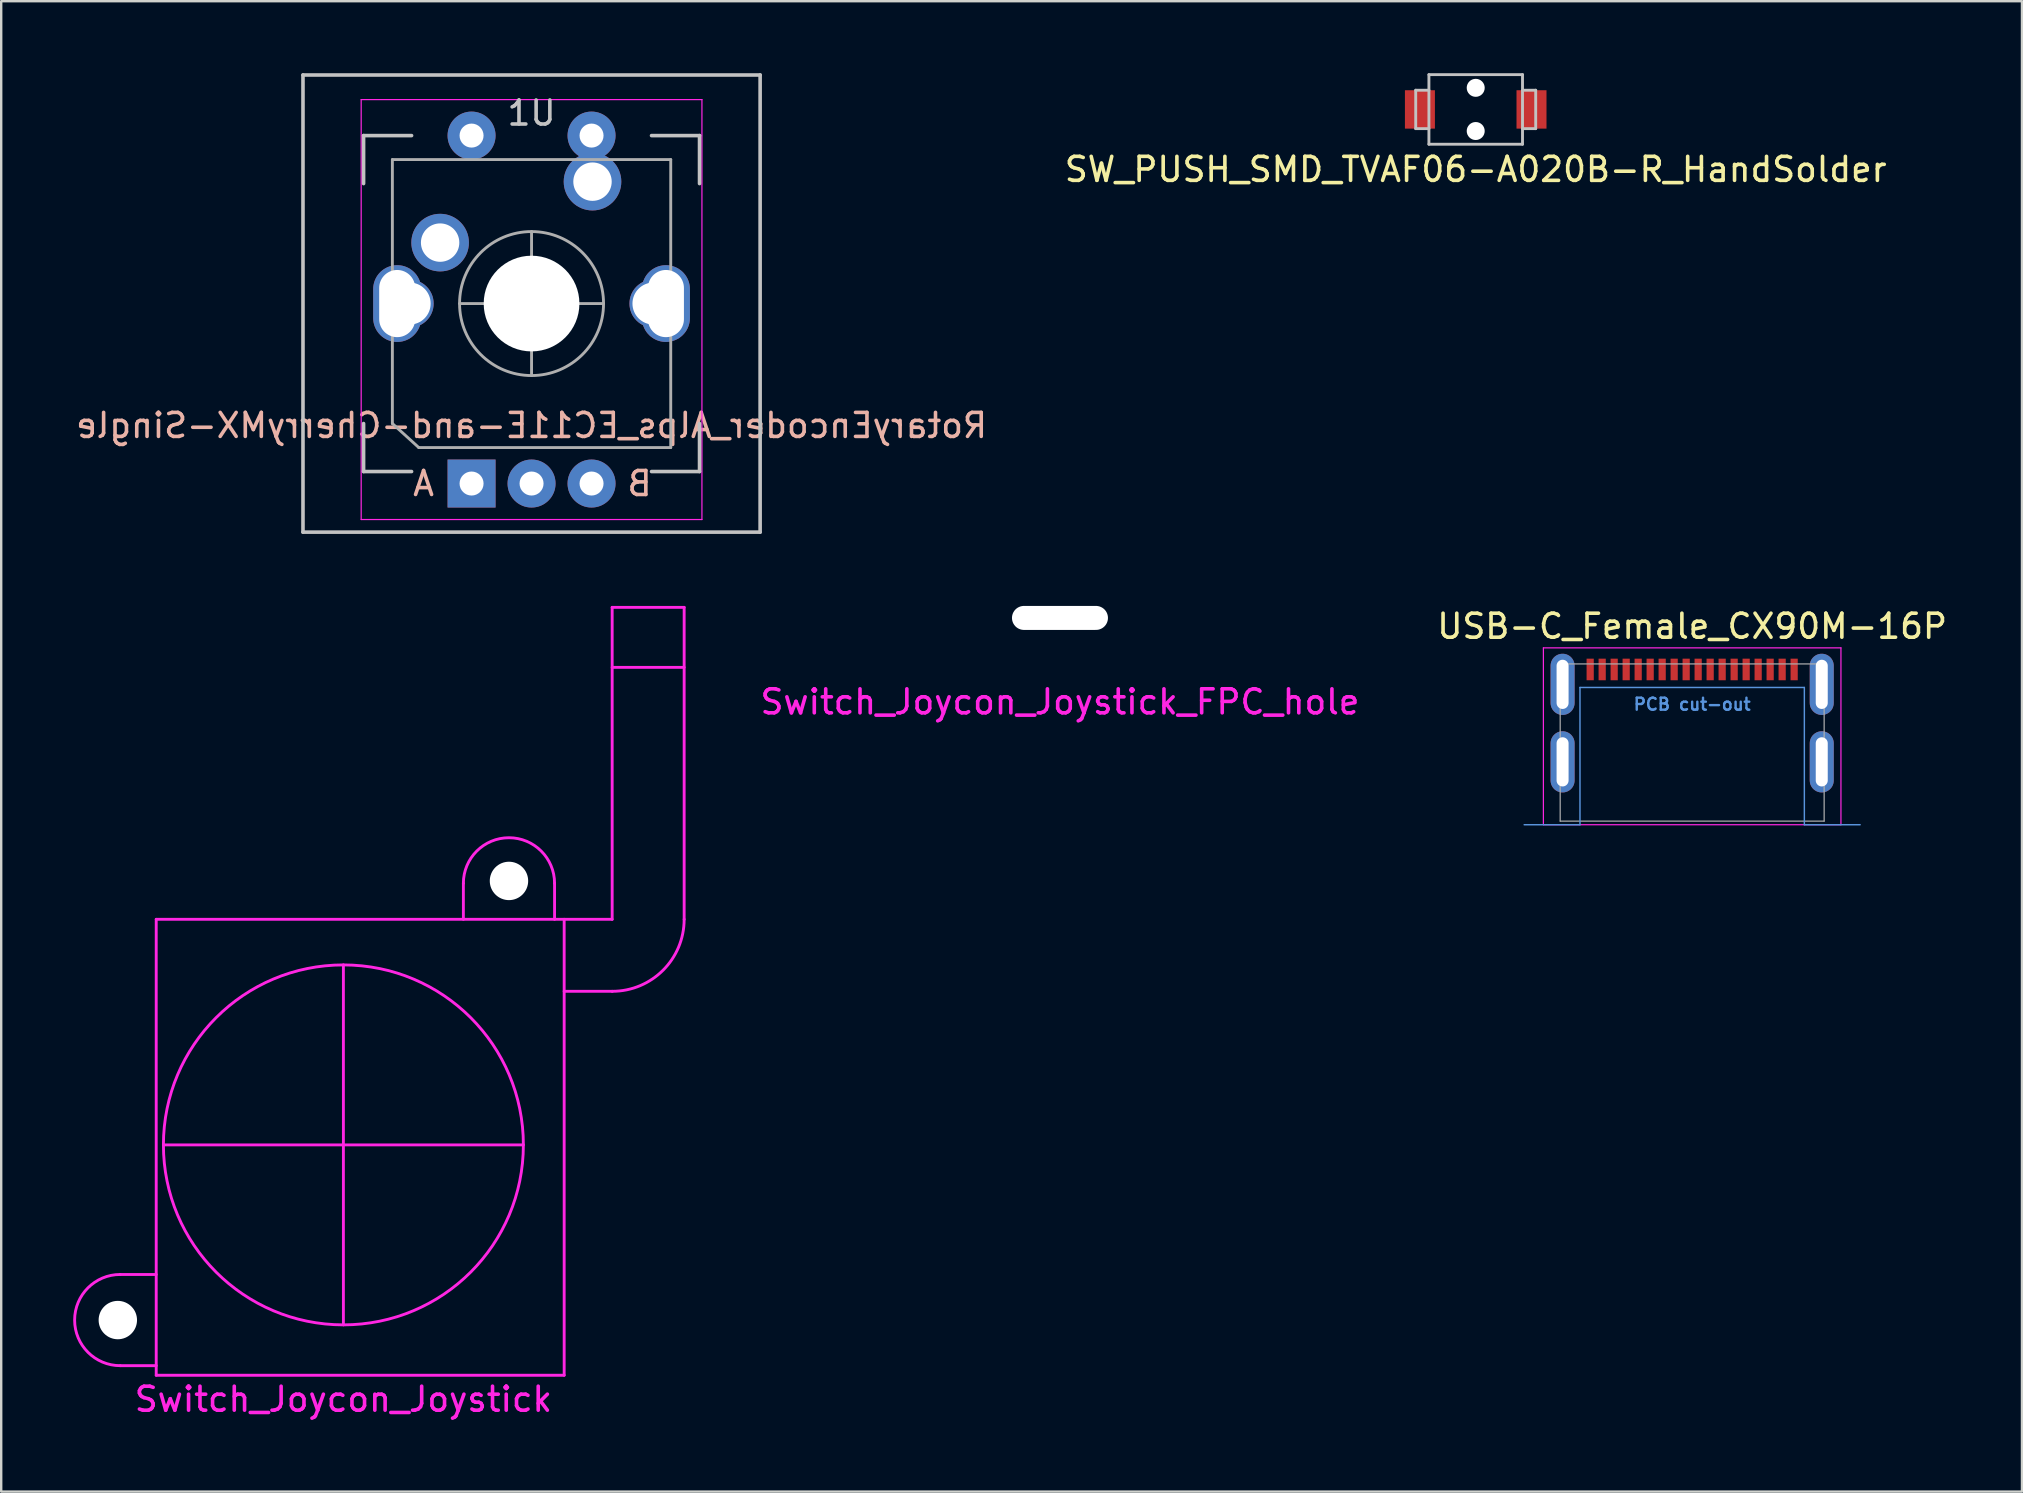
<source format=kicad_pcb>
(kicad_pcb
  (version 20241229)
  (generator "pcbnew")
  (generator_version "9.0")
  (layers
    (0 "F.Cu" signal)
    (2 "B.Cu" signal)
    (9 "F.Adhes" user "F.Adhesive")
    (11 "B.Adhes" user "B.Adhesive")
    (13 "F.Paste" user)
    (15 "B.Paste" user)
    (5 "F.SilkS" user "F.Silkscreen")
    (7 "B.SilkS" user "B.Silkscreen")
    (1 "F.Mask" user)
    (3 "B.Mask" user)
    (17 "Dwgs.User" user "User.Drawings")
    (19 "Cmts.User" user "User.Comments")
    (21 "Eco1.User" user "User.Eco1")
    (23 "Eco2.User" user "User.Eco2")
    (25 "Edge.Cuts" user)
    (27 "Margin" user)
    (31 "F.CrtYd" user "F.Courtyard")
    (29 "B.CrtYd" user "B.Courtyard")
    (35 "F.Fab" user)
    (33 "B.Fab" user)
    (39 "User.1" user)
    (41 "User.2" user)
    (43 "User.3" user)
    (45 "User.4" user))
  (footprint "Switch_Joycon_Joystick_FPC_hole"
    (layer "F.Cu")
    (at 41.121 22.7)
    (property "Reference" "Switch_Joycon_Joystick_FPC_hole" (at 0 3.5 0) (layer "F.CrtYd") (effects (font (size 1 1) (thickness 0.15))))
    (attr through_hole)
    (pad "" np_thru_hole oval (at 0 0) (size 4 1) (drill oval 4 1) (layers "*.Cu" "*.Mask")))
  (footprint "RotaryEncoder_Alps_EC11E-and-CherryMX-Single"
    (layer "F.Cu")
    (at 19.101 9.6)
    (property "Reference" "RotaryEncoder_Alps_EC11E-and-CherryMX-Single" (at 0 5.08 180) (layer "B.SilkS") (effects (font (size 1 1) (thickness 0.15)) (justify mirror)))
    (attr through_hole)
    (fp_line (start -9.525 -9.525) (end 9.525 -9.525) (stroke (width 0.15) (type solid)) (layer "Dwgs.User"))
    (fp_line (start -9.525 9.525) (end -9.525 -9.525) (stroke (width 0.15) (type solid)) (layer "Dwgs.User"))
    (fp_line (start -7 -7) (end -7 -5) (stroke (width 0.15) (type solid)) (layer "Dwgs.User"))
    (fp_line (start -7 5) (end -7 7) (stroke (width 0.15) (type solid)) (layer "Dwgs.User"))
    (fp_line (start -7 7) (end -5 7) (stroke (width 0.15) (type solid)) (layer "Dwgs.User"))
    (fp_line (start -5 -7) (end -7 -7) (stroke (width 0.15) (type solid)) (layer "Dwgs.User"))
    (fp_line (start 5 -7) (end 7 -7) (stroke (width 0.15) (type solid)) (layer "Dwgs.User"))
    (fp_line (start 5 7) (end 7 7) (stroke (width 0.15) (type solid)) (layer "Dwgs.User"))
    (fp_line (start 7 -7) (end 7 -5) (stroke (width 0.15) (type solid)) (layer "Dwgs.User"))
    (fp_line (start 7 7) (end 7 5) (stroke (width 0.15) (type solid)) (layer "Dwgs.User"))
    (fp_line (start 9.525 -9.525) (end 9.525 9.525) (stroke (width 0.15) (type solid)) (layer "Dwgs.User"))
    (fp_line (start 9.525 9.525) (end -9.525 9.525) (stroke (width 0.15) (type solid)) (layer "Dwgs.User"))
    (fp_line (start -7.1 9) (end -7.1 -8.5) (stroke (width 0.05) (type solid)) (layer "F.CrtYd"))
    (fp_line (start -7.1 9) (end 7.1 9) (stroke (width 0.05) (type solid)) (layer "F.CrtYd"))
    (fp_line (start 7.1 -8.5) (end -7.1 -8.5) (stroke (width 0.05) (type solid)) (layer "F.CrtYd"))
    (fp_line (start 7.1 -8.5) (end 7.1 9) (stroke (width 0.05) (type solid)) (layer "F.CrtYd"))
    (fp_line (start -5.8 -6) (end 5.8 -6) (stroke (width 0.12) (type solid)) (layer "F.Fab"))
    (fp_line (start -5.8 5) (end -5.8 -6) (stroke (width 0.12) (type solid)) (layer "F.Fab"))
    (fp_line (start -4.7 6) (end -5.8 5) (stroke (width 0.12) (type solid)) (layer "F.Fab"))
    (fp_line (start -3 0) (end 3 0) (stroke (width 0.12) (type solid)) (layer "F.Fab"))
    (fp_line (start 0 3) (end 0 -3) (stroke (width 0.12) (type solid)) (layer "F.Fab"))
    (fp_line (start 5.8 -6) (end 5.8 6) (stroke (width 0.12) (type solid)) (layer "F.Fab"))
    (fp_line (start 5.8 6) (end -4.7 6) (stroke (width 0.12) (type solid)) (layer "F.Fab"))
    (fp_circle (center 0 0) (end 0 -3) (stroke (width 0.12) (type solid)) (fill no) (layer "F.Fab"))
    (fp_text user "A" (at -4.5 7.5 0) (layer "B.SilkS") (effects (font (size 1 1) (thickness 0.15)) (justify mirror)))
    (fp_text user "B" (at 4.5 7.5 0) (layer "B.SilkS") (effects (font (size 1 1) (thickness 0.15)) (justify mirror)))
    (fp_text user "1U" (at 0 -7.938 0) (layer "Dwgs.User") (effects (font (size 1 1) (thickness 0.15))))
    (pad "" thru_hole oval (at -5.6 0 90) (size 3.2 2) (drill oval 2.8 1.5) (layers "*.Cu" "*.Mask"))
    (pad "" thru_hole circle (at -5.08 0 48) (size 2 2) (drill 1.75) (layers "*.Cu" "*.Mask"))
    (pad "" np_thru_hole circle (at 0 0) (size 3.988 3.988) (drill 3.988) (layers "*.Cu" "*.Mask"))
    (pad "" thru_hole circle (at 5.08 0 48) (size 2 2) (drill 1.75) (layers "*.Cu" "*.Mask"))
    (pad "" thru_hole oval (at 5.6 0 90) (size 3.2 2) (drill oval 2.8 1.5) (layers "*.Cu" "*.Mask"))
    (pad "A" thru_hole rect (at -2.5 7.5 90) (size 2 2) (drill 1) (layers "*.Cu" "*.Mask"))
    (pad "B" thru_hole circle (at 2.5 7.5 90) (size 2 2) (drill 1) (layers "*.Cu" "*.Mask"))
    (pad "C" thru_hole circle (at 0 7.5 90) (size 2 2) (drill 1) (layers "*.Cu" "*.Mask"))
    (pad "S1" thru_hole circle (at -3.81 -2.54) (size 2.4 2.4) (drill 1.6) (layers "*.Cu" "*.Mask"))
    (pad "S1" thru_hole circle (at -2.5 -7 90) (size 2 2) (drill 1) (layers "*.Cu" "*.Mask"))
    (pad "S2" thru_hole circle (at 2.5 -7 90) (size 2 2) (drill 1) (layers "*.Cu" "*.Mask"))
    (pad "S2" thru_hole circle (at 2.54 -5.08) (size 2.4 2.4) (drill 1.6) (layers "*.Cu" "*.Mask")))
  (footprint "USB-C_Female_CX90M-16P"
    (layer "F.Cu")
    (at 67.466 24.848)
    (property "Reference" "USB-C_Female_CX90M-16P" (at 0 -1.8 0) (layer "F.SilkS") (effects (font (size 1 1) (thickness 0.15))))
    (attr through_hole)
    (fp_line (start -4.675 0.75) (end -4.675 6.47) (stroke (width 0.06) (type solid)) (layer "Cmts.User"))
    (fp_line (start -4.675 0.75) (end 4.675 0.75) (stroke (width 0.06) (type solid)) (layer "Cmts.User"))
    (fp_line (start -4.675 6.47) (end -7 6.47) (stroke (width 0.06) (type solid)) (layer "Cmts.User"))
    (fp_line (start 4.675 0.75) (end 4.675 6.47) (stroke (width 0.06) (type solid)) (layer "Cmts.User"))
    (fp_line (start 4.675 6.47) (end 7 6.47) (stroke (width 0.06) (type solid)) (layer "Cmts.User"))
    (fp_line (start -6.2 -0.9) (end 6.2 -0.9) (stroke (width 0.05) (type solid)) (layer "F.CrtYd"))
    (fp_line (start -6.2 6.47) (end -6.2 -0.9) (stroke (width 0.05) (type solid)) (layer "F.CrtYd"))
    (fp_line (start 6.2 -0.9) (end 6.2 6.47) (stroke (width 0.05) (type solid)) (layer "F.CrtYd"))
    (fp_line (start 6.2 6.47) (end -6.2 6.47) (stroke (width 0.05) (type solid)) (layer "F.CrtYd"))
    (fp_line (start -5.5 -0.23) (end 5.5 -0.23) (stroke (width 0.05) (type solid)) (layer "F.Fab"))
    (fp_line (start -5.5 6.32) (end -5.5 -0.23) (stroke (width 0.05) (type solid)) (layer "F.Fab"))
    (fp_line (start -5.5 6.32) (end 5.5 6.32) (stroke (width 0.05) (type solid)) (layer "F.Fab"))
    (fp_line (start 5.5 6.32) (end 5.5 -0.23) (stroke (width 0.05) (type solid)) (layer "F.Fab"))
    (fp_text user "PCB cut-out" (at 0 1.45 0) (layer "Cmts.User") (effects (font (size 0.5 0.5) (thickness 0.1))))
    (pad "" smd rect (at -4.25 0) (size 0.3 0.9) (layers "F.Cu" "F.Mask" "F.Paste"))
    (pad "" smd rect (at 4.25 0) (size 0.3 0.9) (layers "F.Cu" "F.Mask" "F.Paste"))
    (pad "A1" smd rect (at -3.75 0) (size 0.3 0.9) (layers "F.Cu" "F.Mask" "F.Paste"))
    (pad "A4" smd rect (at -2.75 0) (size 0.3 0.9) (layers "F.Cu" "F.Mask" "F.Paste"))
    (pad "A5" smd rect (at -1.75 0) (size 0.3 0.9) (layers "F.Cu" "F.Mask" "F.Paste"))
    (pad "A6" smd rect (at -0.75 0) (size 0.3 0.9) (layers "F.Cu" "F.Mask" "F.Paste"))
    (pad "A7" smd rect (at 0.75 0) (size 0.3 0.9) (layers "F.Cu" "F.Mask" "F.Paste"))
    (pad "A8" smd rect (at 1.75 0) (size 0.3 0.9) (layers "F.Cu" "F.Mask" "F.Paste"))
    (pad "A9" smd rect (at 2.75 0) (size 0.3 0.9) (layers "F.Cu" "F.Mask" "F.Paste"))
    (pad "A12" smd rect (at 3.75 0) (size 0.3 0.9) (layers "F.Cu" "F.Mask" "F.Paste"))
    (pad "B1" smd rect (at 3.25 0) (size 0.3 0.9) (layers "F.Cu" "F.Mask" "F.Paste"))
    (pad "B4" smd rect (at 2.25 0) (size 0.3 0.9) (layers "F.Cu" "F.Mask" "F.Paste"))
    (pad "B5" smd rect (at 1.25 0) (size 0.3 0.9) (layers "F.Cu" "F.Mask" "F.Paste"))
    (pad "B6" smd rect (at 0.25 0) (size 0.3 0.9) (layers "F.Cu" "F.Mask" "F.Paste"))
    (pad "B7" smd rect (at -0.25 0) (size 0.3 0.9) (layers "F.Cu" "F.Mask" "F.Paste"))
    (pad "B8" smd rect (at -1.25 0) (size 0.3 0.9) (layers "F.Cu" "F.Mask" "F.Paste"))
    (pad "B9" smd rect (at -2.25 0) (size 0.3 0.9) (layers "F.Cu" "F.Mask" "F.Paste"))
    (pad "B12" smd rect (at -3.25 0) (size 0.3 0.9) (layers "F.Cu" "F.Mask" "F.Paste"))
    (pad "S1" thru_hole oval (at -5.4 0.62) (size 1 2.55) (drill oval 0.5 2.05) (layers "*.Cu" "*.Mask"))
    (pad "S1" thru_hole oval (at -5.4 3.85) (size 1 2.55) (drill oval 0.5 2.05) (layers "*.Cu" "*.Mask"))
    (pad "S1" thru_hole oval (at 5.4 0.62) (size 1 2.55) (drill oval 0.5 2.05) (layers "*.Cu" "*.Mask"))
    (pad "S1" thru_hole oval (at 5.4 3.85) (size 1 2.55) (drill oval 0.5 2.05) (layers "*.Cu" "*.Mask")))
  (footprint "SW_PUSH_SMD_TVAF06-A020B-R_HandSolder"
    (layer "F.Cu")
    (at 58.446 1.51)
    (property "Reference" "SW_PUSH_SMD_TVAF06-A020B-R_HandSolder" (at 0 2.5 0) (layer "F.SilkS") (effects (font (size 1 1) (thickness 0.15))))
    (attr smd)
    (fp_line (start -2.5 -0.8) (end -2.5 0.8) (stroke (width 0.12) (type solid)) (layer "Dwgs.User"))
    (fp_line (start -2.5 0.8) (end -1.95 0.8) (stroke (width 0.12) (type solid)) (layer "Dwgs.User"))
    (fp_line (start -1.95 -1.45) (end 1.95 -1.45) (stroke (width 0.12) (type solid)) (layer "Dwgs.User"))
    (fp_line (start -1.95 -0.8) (end -2.5 -0.8) (stroke (width 0.12) (type solid)) (layer "Dwgs.User"))
    (fp_line (start -1.95 1.45) (end -1.95 -1.45) (stroke (width 0.12) (type solid)) (layer "Dwgs.User"))
    (fp_line (start 1.95 -1.45) (end 1.95 1.45) (stroke (width 0.12) (type solid)) (layer "Dwgs.User"))
    (fp_line (start 1.95 -0.8) (end 2.5 -0.8) (stroke (width 0.12) (type solid)) (layer "Dwgs.User"))
    (fp_line (start 1.95 1.45) (end -1.95 1.45) (stroke (width 0.12) (type solid)) (layer "Dwgs.User"))
    (fp_line (start 2.5 -0.8) (end 2.5 0.8) (stroke (width 0.12) (type solid)) (layer "Dwgs.User"))
    (fp_line (start 2.5 0.8) (end 1.95 0.8) (stroke (width 0.12) (type solid)) (layer "Dwgs.User"))
    (pad "" np_thru_hole circle (at 0 -0.9) (size 0.75 0.75) (drill 0.75) (layers "*.Cu" "*.Mask"))
    (pad "" np_thru_hole circle (at 0 0.9) (size 0.75 0.75) (drill 0.75) (layers "*.Cu" "*.Mask"))
    (pad "1" smd rect (at 2.325 0) (size 1.25 1.6) (layers "F.Cu" "F.Mask" "F.Paste"))
    (pad "2" smd rect (at -2.325 0) (size 1.25 1.6) (layers "F.Cu" "F.Mask" "F.Paste")))
  (footprint "Switch_Joycon_Joystick"
    (layer "F.Cu")
    (at 11.26 44.66)
    (property "Reference" "Switch_Joycon_Joystick" (at 0 10.6 0) (layer "F.CrtYd") (effects (font (size 1 1) (thickness 0.15))))
    (attr through_hole)
    (fp_line (start -7.8 -9.4) (end -7.8 9.6) (stroke (width 0.12) (type solid)) (layer "F.CrtYd"))
    (fp_line (start -7.8 5.4) (end -9.3 5.4) (stroke (width 0.12) (type solid)) (layer "F.CrtYd"))
    (fp_line (start -7.8 9.2) (end -9.3 9.2) (stroke (width 0.12) (type solid)) (layer "F.CrtYd"))
    (fp_line (start -7.8 9.6) (end 9.2 9.6) (stroke (width 0.12) (type solid)) (layer "F.CrtYd"))
    (fp_line (start -7.5 0) (end 7.5 0) (stroke (width 0.12) (type solid)) (layer "F.CrtYd"))
    (fp_line (start 0 -7.5) (end 0 7.5) (stroke (width 0.12) (type solid)) (layer "F.CrtYd"))
    (fp_line (start 5 -9.4) (end 5 -10.9) (stroke (width 0.12) (type solid)) (layer "F.CrtYd"))
    (fp_line (start 8.8 -9.4) (end 8.8 -10.9) (stroke (width 0.12) (type solid)) (layer "F.CrtYd"))
    (fp_line (start 9.2 -9.4) (end -7.8 -9.4) (stroke (width 0.12) (type solid)) (layer "F.CrtYd"))
    (fp_line (start 9.2 -9.4) (end 11.2 -9.4) (stroke (width 0.12) (type solid)) (layer "F.CrtYd"))
    (fp_line (start 9.2 -6.4) (end 11.2 -6.4) (stroke (width 0.12) (type solid)) (layer "F.CrtYd"))
    (fp_line (start 9.2 9.6) (end 9.2 -9.4) (stroke (width 0.12) (type solid)) (layer "F.CrtYd"))
    (fp_line (start 11.2 -22.4) (end 14.2 -22.4) (stroke (width 0.12) (type solid)) (layer "F.CrtYd"))
    (fp_line (start 11.2 -19.9) (end 14.2 -19.9) (stroke (width 0.12) (type solid)) (layer "F.CrtYd"))
    (fp_line (start 11.2 -9.4) (end 11.2 -22.4) (stroke (width 0.12) (type solid)) (layer "F.CrtYd"))
    (fp_line (start 14.2 -22.4) (end 14.2 -9.4) (stroke (width 0.12) (type solid)) (layer "F.CrtYd"))
    (fp_arc (start -9.3 9.2) (mid -11.2 7.3) (end -9.3 5.4) (stroke (width 0.12) (type solid)) (layer "F.CrtYd"))
    (fp_arc (start 5 -10.9) (mid 6.9 -12.8) (end 8.8 -10.9) (stroke (width 0.12) (type solid)) (layer "F.CrtYd"))
    (fp_arc (start 14.2 -9.4) (mid 13.32132 -7.27868) (end 11.2 -6.4) (stroke (width 0.12) (type solid)) (layer "F.CrtYd"))
    (fp_circle (center 0 0) (end 7.5 0) (stroke (width 0.12) (type solid)) (fill no) (layer "F.CrtYd"))
    (pad "" np_thru_hole circle (at -9.4 7.3) (size 1.6 1.6) (drill 1.6) (layers "*.Cu" "*.Mask"))
    (pad "" np_thru_hole circle (at 6.9 -11 270) (size 1.6 1.6) (drill 1.6) (layers "*.Cu" "*.Mask")))
  (gr_rect
    (start -3 -3)
    (end 81.21 59.108)
    (stroke (width 0.1) (type default))
    (fill no)
    (layer "Edge.Cuts")))
</source>
